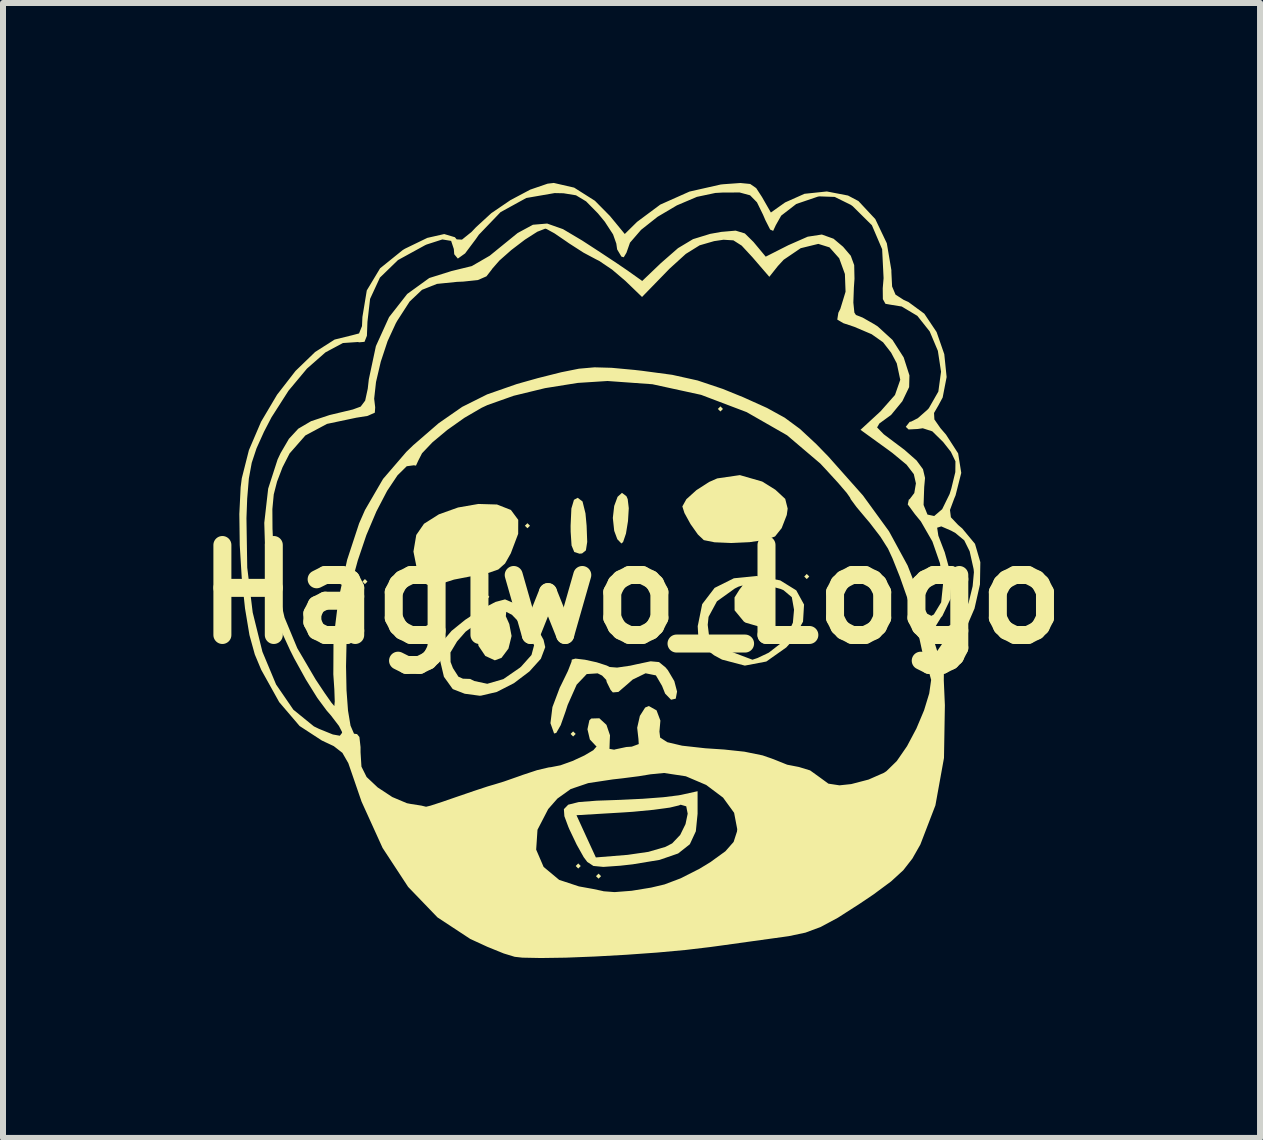
<source format=kicad_pcb>
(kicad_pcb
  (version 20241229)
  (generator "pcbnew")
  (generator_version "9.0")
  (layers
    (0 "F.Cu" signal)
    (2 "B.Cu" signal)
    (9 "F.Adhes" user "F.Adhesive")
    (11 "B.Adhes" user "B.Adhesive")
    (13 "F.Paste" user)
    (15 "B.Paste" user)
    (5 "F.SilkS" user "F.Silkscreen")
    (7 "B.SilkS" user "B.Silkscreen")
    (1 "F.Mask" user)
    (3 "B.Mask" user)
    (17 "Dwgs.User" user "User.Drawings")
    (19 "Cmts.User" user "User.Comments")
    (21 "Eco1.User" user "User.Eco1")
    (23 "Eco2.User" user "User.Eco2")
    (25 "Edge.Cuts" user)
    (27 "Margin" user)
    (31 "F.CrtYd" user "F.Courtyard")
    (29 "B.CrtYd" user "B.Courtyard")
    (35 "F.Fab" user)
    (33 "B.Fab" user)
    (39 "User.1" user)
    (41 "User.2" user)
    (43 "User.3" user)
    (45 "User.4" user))
  (footprint "Hagiwo_Logo"
    (layer "F.Cu")
    (at 7.479 6.858)
    (property "Reference" "Hagiwo_Logo" (at 0 0 0) (layer "F.SilkS") (effects (font (size 1.5 1.5) (thickness 0.3))))
    (attr board_only exclude_from_pos_files exclude_from_bom)
    (fp_poly (pts (xy -4.403 -0.212) (xy -4.445 -0.169) (xy -4.487 -0.212) (xy -4.445 -0.254)) (stroke (width 0) (type solid)) (fill yes) (layer "F.SilkS"))
    (fp_poly (pts (xy -2.371 0.042) (xy -2.413 0.085) (xy -2.455 0.042) (xy -2.413 0)) (stroke (width 0) (type solid)) (fill yes) (layer "F.SilkS"))
    (fp_poly (pts (xy -1.693 -1.143) (xy -1.736 -1.101) (xy -1.778 -1.143) (xy -1.736 -1.185)) (stroke (width 0) (type solid)) (fill yes) (layer "F.SilkS"))
    (fp_poly (pts (xy -0.931 2.328) (xy -0.974 2.371) (xy -1.016 2.328) (xy -0.974 2.286)) (stroke (width 0) (type solid)) (fill yes) (layer "F.SilkS"))
    (fp_poly (pts (xy -0.847 4.53) (xy -0.889 4.572) (xy -0.931 4.53) (xy -0.889 4.487)) (stroke (width 0) (type solid)) (fill yes) (layer "F.SilkS"))
    (fp_poly (pts (xy -0.508 4.699) (xy -0.55 4.741) (xy -0.593 4.699) (xy -0.55 4.657)) (stroke (width 0) (type solid)) (fill yes) (layer "F.SilkS"))
    (fp_poly (pts (xy 1.524 -3.09) (xy 1.482 -3.048) (xy 1.439 -3.09) (xy 1.482 -3.133)) (stroke (width 0) (type solid)) (fill yes) (layer "F.SilkS"))
    (fp_poly (pts (xy 2.963 -0.296) (xy 2.921 -0.254) (xy 2.879 -0.296) (xy 2.921 -0.339)) (stroke (width 0) (type solid)) (fill yes) (layer "F.SilkS"))
    (fp_poly (pts (xy -0.086 -1.636) (xy -0.064 -1.587) (xy -0.046 -1.435) (xy -0.059 -1.221) (xy -0.093 -1.012) (xy -0.141 -0.871) (xy -0.169 -0.847) (xy -0.237 -0.918) (xy -0.289 -1.058) (xy -0.312 -1.273) (xy -0.289 -1.473) (xy -0.233 -1.625) (xy -0.16 -1.691)) (stroke (width 0) (type solid)) (fill yes) (layer "F.SilkS"))
    (fp_poly (pts (xy -0.817 -1.547) (xy -0.768 -1.349) (xy -0.749 -1.143) (xy -0.739 -0.873) (xy -0.761 -0.732) (xy -0.825 -0.681) (xy -0.868 -0.677) (xy -0.955 -0.705) (xy -1 -0.814) (xy -1.015 -1.042) (xy -1.016 -1.143) (xy -1.003 -1.43) (xy -0.96 -1.575) (xy -0.897 -1.609)) (stroke (width 0) (type solid)) (fill yes) (layer "F.SilkS"))
    (fp_poly (pts (xy 2.178 -1.88) (xy 2.398 -1.743) (xy 2.562 -1.591) (xy 2.603 -1.429) (xy 2.588 -1.322) (xy 2.503 -1.103) (xy 2.392 -0.964) (xy 2.231 -0.907) (xy 1.966 -0.869) (xy 1.662 -0.855) (xy 1.383 -0.867) (xy 1.205 -0.903) (xy 1.106 -0.997) (xy 0.983 -1.171) (xy 0.882 -1.355) (xy 0.847 -1.465) (xy 0.914 -1.585) (xy 1.081 -1.736) (xy 1.292 -1.872) (xy 1.428 -1.932) (xy 1.806 -1.987)) (stroke (width 0) (type solid)) (fill yes) (layer "F.SilkS"))
    (fp_poly (pts (xy -2.243 -1.497) (xy -2.011 -1.406) (xy -1.889 -1.241) (xy -1.89 -1.008) (xy -2.013 -0.683) (xy -2.016 -0.677) (xy -2.109 -0.513) (xy -2.222 -0.413) (xy -2.404 -0.35) (xy -2.697 -0.296) (xy -2.96 -0.245) (xy -3.129 -0.191) (xy -3.169 -0.148) (xy -3.123 -0.087) (xy -3.191 -0.115) (xy -3.348 -0.22) (xy -3.408 -0.264) (xy -3.586 -0.461) (xy -3.636 -0.712) (xy -3.589 -0.989) (xy -3.46 -1.176) (xy -3.212 -1.333) (xy -2.893 -1.447) (xy -2.554 -1.506)) (stroke (width 0) (type solid)) (fill yes) (layer "F.SilkS"))
    (fp_poly (pts (xy -0.776 1.091) (xy -0.58 1.134) (xy -0.413 1.188) (xy -0.365 1.212) (xy -0.241 1.222) (xy -0.021 1.19) (xy 0.082 1.167) (xy 0.318 1.117) (xy 0.458 1.13) (xy 0.566 1.218) (xy 0.606 1.266) (xy 0.713 1.447) (xy 0.759 1.622) (xy 0.737 1.74) (xy 0.659 1.758) (xy 0.56 1.656) (xy 0.508 1.526) (xy 0.406 1.352) (xy 0.234 1.317) (xy 0.02 1.421) (xy -0.064 1.495) (xy -0.219 1.628) (xy -0.312 1.636) (xy -0.349 1.595) (xy -0.414 1.463) (xy -0.422 1.427) (xy -0.491 1.355) (xy -0.565 1.318) (xy -0.747 1.33) (xy -0.915 1.507) (xy -1.065 1.845) (xy -1.101 1.956) (xy -1.181 2.182) (xy -1.255 2.311) (xy -1.291 2.321) (xy -1.352 2.149) (xy -1.319 1.881) (xy -1.197 1.557) (xy -1.168 1.499) (xy -1.061 1.279) (xy -1.001 1.125) (xy -0.996 1.089) (xy -0.935 1.072)) (stroke (width 0) (type solid)) (fill yes) (layer "F.SilkS"))
    (fp_poly (pts (xy 1.101 3.659) (xy 1.072 3.951) (xy 0.972 4.167) (xy 0.777 4.321) (xy 0.467 4.428) (xy 0.018 4.502) (xy -0.188 4.525) (xy -0.47 4.545) (xy -0.636 4.529) (xy -0.738 4.462) (xy -0.798 4.382) (xy -0.914 4.175) (xy -1.038 3.915) (xy -1.056 3.872) (xy -1.12 3.699) (xy -1.121 3.683) (xy -0.918 3.683) (xy -0.757 4.035) (xy -0.595 4.387) (xy -0.065 4.344) (xy 0.281 4.294) (xy 0.565 4.211) (xy 0.677 4.153) (xy 0.811 4.012) (xy 0.9 3.831) (xy 0.936 3.658) (xy 0.912 3.535) (xy 0.819 3.508) (xy 0.789 3.52) (xy 0.639 3.556) (xy 0.367 3.593) (xy 0.022 3.626) (xy -0.142 3.637) (xy -0.918 3.683) (xy -1.121 3.683) (xy -1.128 3.582) (xy -1.056 3.508) (xy -0.881 3.464) (xy -0.581 3.441) (xy -0.185 3.427) (xy 0.189 3.409) (xy 0.531 3.383) (xy 0.781 3.352) (xy 0.826 3.344) (xy 1.101 3.283)) (stroke (width 0) (type solid)) (fill yes) (layer "F.SilkS"))
    (fp_poly (pts (xy 2.478 -0.232) (xy 2.746 -0.066) (xy 2.876 0.171) (xy 2.859 0.456) (xy 2.686 0.768) (xy 2.58 0.886) (xy 2.247 1.121) (xy 1.889 1.189) (xy 1.509 1.089) (xy 1.376 1.017) (xy 1.187 0.873) (xy 1.113 0.703) (xy 1.103 0.53) (xy 1.108 0.509) (xy 1.27 0.509) (xy 1.292 0.69) (xy 1.383 0.815) (xy 1.581 0.923) (xy 1.736 0.985) (xy 1.918 1.054) (xy 2.014 1.09) (xy 2.015 1.091) (xy 2.099 1.063) (xy 2.27 0.982) (xy 2.288 0.973) (xy 2.559 0.763) (xy 2.69 0.473) (xy 2.709 0.257) (xy 2.672 0.048) (xy 2.533 -0.069) (xy 2.486 -0.089) (xy 2.287 -0.143) (xy 2.219 -0.096) (xy 2.273 0.059) (xy 2.279 0.071) (xy 2.336 0.299) (xy 2.268 0.465) (xy 2.111 0.534) (xy 1.901 0.473) (xy 1.872 0.454) (xy 1.718 0.267) (xy 1.717 0.053) (xy 1.799 -0.078) (xy 1.853 -0.148) (xy 1.783 -0.127) (xy 1.721 -0.096) (xy 1.424 0.117) (xy 1.284 0.376) (xy 1.27 0.509) (xy 1.108 0.509) (xy 1.178 0.164) (xy 1.385 -0.107) (xy 1.706 -0.267) (xy 2.082 -0.305)) (stroke (width 0) (type solid)) (fill yes) (layer "F.SilkS"))
    (fp_poly (pts (xy -1.951 0.152) (xy -1.762 0.322) (xy -1.586 0.541) (xy -1.467 0.759) (xy -1.439 0.881) (xy -1.512 1.075) (xy -1.702 1.286) (xy -1.961 1.482) (xy -2.246 1.628) (xy -2.51 1.69) (xy -2.533 1.691) (xy -2.781 1.658) (xy -2.974 1.583) (xy -2.984 1.576) (xy -3.128 1.375) (xy -3.193 1.1) (xy -3.178 0.97) (xy -3.019 0.97) (xy -3.017 1.129) (xy -2.978 1.23) (xy -2.886 1.374) (xy -2.811 1.407) (xy -2.691 1.411) (xy -2.621 1.446) (xy -2.405 1.492) (xy -2.137 1.414) (xy -1.863 1.225) (xy -1.841 1.206) (xy -1.668 1.012) (xy -1.625 0.85) (xy -1.711 0.664) (xy -1.831 0.511) (xy -1.995 0.341) (xy -2.089 0.293) (xy -2.096 0.366) (xy -2.038 0.496) (xy -2 0.695) (xy -2.052 0.905) (xy -2.168 1.06) (xy -2.279 1.101) (xy -2.438 1.028) (xy -2.552 0.859) (xy -2.578 0.667) (xy -2.567 0.627) (xy -2.559 0.523) (xy -2.635 0.527) (xy -2.766 0.623) (xy -2.909 0.786) (xy -3.019 0.97) (xy -3.178 0.97) (xy -3.162 0.83) (xy -3.135 0.767) (xy -3 0.609) (xy -2.774 0.426) (xy -2.511 0.253) (xy -2.267 0.127) (xy -2.109 0.085)) (stroke (width 0) (type solid)) (fill yes) (layer "F.SilkS"))
    (fp_poly (pts (xy -0.957 -6.78) (xy -0.611 -6.561) (xy -0.36 -6.307) (xy -0.113 -6.007) (xy 0.092 -6.209) (xy 0.479 -6.497) (xy 0.966 -6.714) (xy 1.487 -6.832) (xy 1.536 -6.837) (xy 1.815 -6.857) (xy 1.978 -6.841) (xy 2.078 -6.772) (xy 2.17 -6.631) (xy 2.175 -6.623) (xy 2.323 -6.365) (xy 2.56 -6.533) (xy 2.883 -6.677) (xy 3.256 -6.716) (xy 3.609 -6.648) (xy 3.783 -6.556) (xy 4.064 -6.255) (xy 4.256 -5.852) (xy 4.332 -5.404) (xy 4.332 -5.374) (xy 4.344 -5.132) (xy 4.401 -4.996) (xy 4.541 -4.906) (xy 4.616 -4.873) (xy 4.881 -4.678) (xy 5.086 -4.372) (xy 5.214 -4.003) (xy 5.253 -3.622) (xy 5.187 -3.281) (xy 5.116 -3.149) (xy 5.043 -3.023) (xy 5.049 -2.915) (xy 5.15 -2.77) (xy 5.243 -2.662) (xy 5.445 -2.349) (xy 5.497 -2.024) (xy 5.402 -1.649) (xy 5.38 -1.597) (xy 5.309 -1.406) (xy 5.324 -1.284) (xy 5.446 -1.155) (xy 5.513 -1.098) (xy 5.726 -0.841) (xy 5.815 -0.536) (xy 5.809 -0.165) (xy 5.718 0.237) (xy 5.561 0.601) (xy 5.382 0.841) (xy 5.29 0.938) (xy 5.234 1.044) (xy 5.208 1.198) (xy 5.206 1.439) (xy 5.222 1.806) (xy 5.224 1.848) (xy 5.209 2.729) (xy 5.066 3.519) (xy 4.815 4.172) (xy 4.682 4.406) (xy 4.531 4.6) (xy 4.327 4.787) (xy 4.034 5.004) (xy 3.81 5.155) (xy 3.441 5.392) (xy 3.154 5.546) (xy 2.899 5.641) (xy 2.623 5.699) (xy 2.54 5.711) (xy 2.287 5.746) (xy 1.926 5.796) (xy 1.517 5.853) (xy 1.312 5.881) (xy 0.907 5.929) (xy 0.427 5.973) (xy -0.091 6.01) (xy -0.611 6.039) (xy -1.096 6.058) (xy -1.511 6.064) (xy -1.818 6.058) (xy -1.947 6.044) (xy -2.131 5.988) (xy -2.404 5.877) (xy -2.689 5.746) (xy -3.235 5.387) (xy -3.725 4.878) (xy -4.132 4.257) (xy -1.59 4.257) (xy -1.466 4.545) (xy -1.207 4.761) (xy -0.877 4.87) (xy -0.645 4.912) (xy -0.484 4.946) (xy -0.466 4.951) (xy -0.283 4.965) (xy 0.001 4.943) (xy 0.326 4.89) (xy 0.55 4.837) (xy 0.817 4.736) (xy 1.131 4.577) (xy 1.312 4.467) (xy 1.565 4.284) (xy 1.702 4.128) (xy 1.758 3.955) (xy 1.762 3.916) (xy 1.71 3.643) (xy 1.526 3.39) (xy 1.245 3.179) (xy 0.905 3.034) (xy 0.541 2.979) (xy 0.316 3.001) (xy 0.122 3.033) (xy -0.159 3.069) (xy -0.311 3.086) (xy -0.722 3.148) (xy -1.014 3.247) (xy -1.235 3.405) (xy -1.389 3.58) (xy -1.568 3.926) (xy -1.59 4.257) (xy -4.132 4.257) (xy -4.15 4.23) (xy -4.501 3.457) (xy -4.624 3.099) (xy -4.722 2.815) (xy -4.821 2.643) (xy -4.965 2.531) (xy -5.163 2.438) (xy -5.534 2.196) (xy -5.874 1.798) (xy -6.174 1.259) (xy -6.281 1.003) (xy -6.37 0.68) (xy -6.444 0.236) (xy -6.499 -0.28) (xy -6.532 -0.821) (xy -6.538 -1.268) (xy -6.42 -1.268) (xy -6.407 -0.445) (xy -6.316 0.303) (xy -6.154 0.958) (xy -5.926 1.504) (xy -5.638 1.924) (xy -5.296 2.202) (xy -5.214 2.242) (xy -4.98 2.337) (xy -4.863 2.358) (xy -4.827 2.311) (xy -4.826 2.297) (xy -4.878 2.195) (xy -5.01 2.022) (xy -5.083 1.938) (xy -5.238 1.729) (xy -5.429 1.422) (xy -5.624 1.069) (xy -5.691 0.936) (xy -5.875 0.536) (xy -5.992 0.205) (xy -6.061 -0.131) (xy -6.102 -0.503) (xy -6.123 -1.191) (xy -6.097 -1.42) (xy -5.988 -1.42) (xy -5.986 -1.095) (xy -5.973 -0.799) (xy -5.912 -0.156) (xy -5.785 0.388) (xy -5.573 0.898) (xy -5.268 1.418) (xy -5.114 1.649) (xy -5.001 1.81) (xy -4.955 1.863) (xy -4.948 1.786) (xy -4.955 1.585) (xy -4.972 1.333) (xy -4.971 1.201) (xy -4.76 1.201) (xy -4.752 1.599) (xy -4.727 1.939) (xy -4.685 2.19) (xy -4.627 2.324) (xy -4.576 2.331) (xy -4.537 2.379) (xy -4.518 2.548) (xy -4.518 2.633) (xy -4.503 2.873) (xy -4.417 3.046) (xy -4.232 3.22) (xy -3.989 3.38) (xy -3.745 3.483) (xy -3.683 3.495) (xy -3.504 3.523) (xy -3.426 3.542) (xy -3.426 3.542) (xy -3.352 3.524) (xy -3.161 3.462) (xy -2.918 3.378) (xy -2.632 3.28) (xy -2.399 3.203) (xy -2.286 3.17) (xy -2.129 3.122) (xy -1.895 3.04) (xy -1.82 3.013) (xy -1.575 2.932) (xy -1.38 2.886) (xy -1.343 2.882) (xy -1.185 2.851) (xy -0.984 2.779) (xy -0.786 2.687) (xy -0.637 2.599) (xy -0.583 2.537) (xy -0.598 2.524) (xy -0.695 2.42) (xy -0.735 2.25) (xy -0.703 2.101) (xy -0.672 2.071) (xy -0.537 2.067) (xy -0.418 2.177) (xy -0.359 2.351) (xy -0.363 2.434) (xy -0.368 2.577) (xy -0.288 2.591) (xy -0.279 2.587) (xy -0.087 2.546) (xy 0.004 2.54) (xy 0.12 2.497) (xy 0.115 2.413) (xy 0.094 2.225) (xy 0.139 2.027) (xy 0.227 1.888) (xy 0.289 1.863) (xy 0.417 1.935) (xy 0.481 2.106) (xy 0.465 2.288) (xy 0.477 2.389) (xy 0.597 2.466) (xy 0.843 2.524) (xy 1.23 2.567) (xy 1.545 2.588) (xy 1.882 2.624) (xy 2.186 2.686) (xy 2.366 2.749) (xy 2.595 2.841) (xy 2.79 2.879) (xy 2.977 2.936) (xy 3.134 3.049) (xy 3.282 3.157) (xy 3.467 3.185) (xy 3.663 3.164) (xy 3.951 3.089) (xy 4.208 2.976) (xy 4.249 2.949) (xy 4.422 2.78) (xy 4.593 2.532) (xy 4.749 2.238) (xy 4.877 1.934) (xy 4.963 1.652) (xy 4.995 1.427) (xy 4.958 1.293) (xy 4.902 1.27) (xy 4.847 1.208) (xy 4.862 1.13) (xy 4.856 0.998) (xy 4.802 0.749) (xy 4.76 0.597) (xy 5.03 0.597) (xy 5.038 0.762) (xy 5.096 0.946) (xy 5.231 0.748) (xy 5.356 0.585) (xy 5.441 0.5) (xy 5.534 0.366) (xy 5.622 0.131) (xy 5.687 -0.136) (xy 5.708 -0.368) (xy 5.703 -0.42) (xy 5.637 -0.717) (xy 5.547 -0.899) (xy 5.399 -1.022) (xy 5.328 -1.061) (xy 5.164 -1.132) (xy 5.095 -1.11) (xy 5.115 -0.977) (xy 5.217 -0.711) (xy 5.219 -0.709) (xy 5.333 -0.297) (xy 5.32 0.072) (xy 5.181 0.362) (xy 5.159 0.387) (xy 5.03 0.597) (xy 4.76 0.597) (xy 4.711 0.423) (xy 4.598 0.063) (xy 4.473 -0.292) (xy 4.35 -0.6) (xy 4.275 -0.762) (xy 4.15 -0.959) (xy 3.969 -1.195) (xy 3.905 -1.27) (xy 3.75 -1.455) (xy 3.655 -1.584) (xy 3.642 -1.613) (xy 3.587 -1.691) (xy 3.442 -1.86) (xy 3.233 -2.088) (xy 3.147 -2.18) (xy 2.593 -2.651) (xy 1.919 -3.037) (xy 1.16 -3.325) (xy 0.348 -3.502) (xy -0.401 -3.556) (xy -0.898 -3.524) (xy -1.441 -3.437) (xy -1.964 -3.31) (xy -2.402 -3.155) (xy -2.498 -3.11) (xy -2.785 -2.943) (xy -3.072 -2.74) (xy -3.32 -2.533) (xy -3.493 -2.351) (xy -3.556 -2.228) (xy -3.594 -2.145) (xy -3.628 -2.151) (xy -3.748 -2.135) (xy -3.902 -1.983) (xy -4.075 -1.724) (xy -4.253 -1.383) (xy -4.421 -0.987) (xy -4.564 -0.564) (xy -4.614 -0.381) (xy -4.678 -0.046) (xy -4.724 0.349) (xy -4.751 0.774) (xy -4.76 1.201) (xy -4.971 1.201) (xy -4.969 0.75) (xy -4.888 0.091) (xy -4.741 -0.576) (xy -4.542 -1.182) (xy -4.444 -1.405) (xy -4.143 -1.923) (xy -3.754 -2.375) (xy -3.64 -2.485) (xy -3.216 -2.852) (xy -2.823 -3.125) (xy -2.407 -3.333) (xy -1.911 -3.506) (xy -1.562 -3.604) (xy -1.172 -3.702) (xy -0.878 -3.761) (xy -0.618 -3.784) (xy -0.331 -3.776) (xy 0.045 -3.741) (xy 0.169 -3.727) (xy 0.678 -3.659) (xy 1.101 -3.565) (xy 1.521 -3.424) (xy 1.863 -3.285) (xy 2.258 -3.107) (xy 2.554 -2.944) (xy 2.809 -2.756) (xy 3.08 -2.504) (xy 3.283 -2.295) (xy 3.857 -1.649) (xy 4.292 -1.051) (xy 4.603 -0.479) (xy 4.744 -0.118) (xy 4.849 0.174) (xy 4.929 0.324) (xy 4.999 0.359) (xy 5.04 0.336) (xy 5.162 0.134) (xy 5.193 -0.165) (xy 5.142 -0.517) (xy 5.016 -0.88) (xy 4.824 -1.214) (xy 4.724 -1.336) (xy 4.605 -1.498) (xy 4.623 -1.58) (xy 4.636 -1.585) (xy 4.714 -1.688) (xy 4.741 -1.849) (xy 4.706 -2.003) (xy 4.585 -2.161) (xy 4.348 -2.357) (xy 4.279 -2.408) (xy 3.817 -2.742) (xy 4.152 -3.051) (xy 4.392 -3.323) (xy 4.48 -3.576) (xy 4.422 -3.85) (xy 4.328 -4.028) (xy 4.193 -4.202) (xy 4.003 -4.336) (xy 3.714 -4.459) (xy 3.531 -4.52) (xy 3.43 -4.58) (xy 3.448 -4.694) (xy 3.481 -4.759) (xy 3.568 -5.044) (xy 3.557 -5.34) (xy 3.462 -5.602) (xy 3.3 -5.784) (xy 3.114 -5.842) (xy 2.82 -5.77) (xy 2.537 -5.578) (xy 2.44 -5.473) (xy 2.297 -5.293) (xy 2.014 -5.621) (xy 1.836 -5.813) (xy 1.698 -5.901) (xy 1.533 -5.911) (xy 1.377 -5.888) (xy 1.135 -5.818) (xy 0.905 -5.675) (xy 0.634 -5.429) (xy 0.599 -5.393) (xy 0.175 -4.957) (xy -0.103 -5.225) (xy -0.324 -5.413) (xy -0.539 -5.558) (xy -0.593 -5.585) (xy -0.801 -5.696) (xy -1.045 -5.853) (xy -1.092 -5.886) (xy -1.284 -6.017) (xy -1.417 -6.09) (xy -1.439 -6.096) (xy -1.572 -6.044) (xy -1.778 -5.912) (xy -2.005 -5.739) (xy -2.204 -5.563) (xy -2.326 -5.423) (xy -2.33 -5.415) (xy -2.419 -5.301) (xy -2.561 -5.239) (xy -2.808 -5.213) (xy -2.908 -5.209) (xy -3.244 -5.175) (xy -3.493 -5.076) (xy -3.699 -4.881) (xy -3.907 -4.559) (xy -3.931 -4.516) (xy -4.067 -4.221) (xy -4.181 -3.877) (xy -4.26 -3.54) (xy -4.291 -3.261) (xy -4.274 -3.117) (xy -4.28 -3.028) (xy -4.401 -2.974) (xy -4.589 -2.944) (xy -5.077 -2.841) (xy -5.438 -2.648) (xy -5.701 -2.348) (xy -5.819 -2.117) (xy -5.91 -1.879) (xy -5.965 -1.665) (xy -5.988 -1.42) (xy -6.097 -1.42) (xy -6.058 -1.762) (xy -5.901 -2.248) (xy -5.851 -2.354) (xy -5.712 -2.592) (xy -5.556 -2.761) (xy -5.343 -2.886) (xy -5.036 -2.988) (xy -4.647 -3.081) (xy -4.516 -3.129) (xy -4.441 -3.229) (xy -4.398 -3.427) (xy -4.38 -3.585) (xy -4.262 -4.138) (xy -4.043 -4.62) (xy -3.74 -5.007) (xy -3.372 -5.273) (xy -3.002 -5.389) (xy -2.663 -5.472) (xy -2.364 -5.645) (xy -2.218 -5.764) (xy -1.898 -6.024) (xy -1.644 -6.161) (xy -1.407 -6.181) (xy -1.143 -6.088) (xy -0.823 -5.898) (xy -0.523 -5.703) (xy -0.248 -5.521) (xy -0.057 -5.391) (xy -0.049 -5.385) (xy 0.178 -5.224) (xy 0.491 -5.523) (xy 0.775 -5.771) (xy 1.025 -5.921) (xy 1.311 -6.009) (xy 1.496 -6.042) (xy 1.736 -6.063) (xy 1.889 -6.016) (xy 2.032 -5.875) (xy 2.043 -5.862) (xy 2.237 -5.629) (xy 2.614 -5.82) (xy 2.937 -5.962) (xy 3.173 -5.998) (xy 3.368 -5.928) (xy 3.527 -5.794) (xy 3.655 -5.644) (xy 3.712 -5.488) (xy 3.717 -5.259) (xy 3.707 -5.116) (xy 3.698 -4.864) (xy 3.715 -4.697) (xy 3.741 -4.657) (xy 3.851 -4.614) (xy 4.039 -4.507) (xy 4.104 -4.466) (xy 4.351 -4.24) (xy 4.537 -3.949) (xy 4.633 -3.65) (xy 4.628 -3.454) (xy 4.515 -3.219) (xy 4.327 -2.99) (xy 4.132 -2.848) (xy 4.094 -2.782) (xy 4.205 -2.668) (xy 4.23 -2.649) (xy 4.55 -2.409) (xy 4.752 -2.231) (xy 4.859 -2.085) (xy 4.893 -1.94) (xy 4.879 -1.785) (xy 4.869 -1.489) (xy 4.934 -1.329) (xy 5.046 -1.305) (xy 5.179 -1.419) (xy 5.303 -1.672) (xy 5.332 -1.766) (xy 5.398 -2.037) (xy 5.4 -2.217) (xy 5.324 -2.375) (xy 5.194 -2.54) (xy 5.014 -2.717) (xy 4.855 -2.768) (xy 4.771 -2.756) (xy 4.619 -2.748) (xy 4.572 -2.792) (xy 4.637 -2.875) (xy 4.661 -2.879) (xy 4.773 -2.936) (xy 4.932 -3.076) (xy 4.957 -3.103) (xy 5.115 -3.38) (xy 5.16 -3.711) (xy 5.107 -4.059) (xy 4.971 -4.382) (xy 4.765 -4.642) (xy 4.504 -4.798) (xy 4.33 -4.826) (xy 4.233 -4.843) (xy 4.19 -4.921) (xy 4.188 -5.102) (xy 4.202 -5.271) (xy 4.178 -5.753) (xy 4.007 -6.153) (xy 3.687 -6.47) (xy 3.655 -6.493) (xy 3.387 -6.625) (xy 3.13 -6.634) (xy 3.104 -6.629) (xy 2.746 -6.507) (xy 2.495 -6.313) (xy 2.404 -6.152) (xy 2.361 -6.059) (xy 2.311 -6.081) (xy 2.232 -6.236) (xy 2.192 -6.329) (xy 2.091 -6.535) (xy 1.976 -6.652) (xy 1.802 -6.699) (xy 1.521 -6.698) (xy 1.397 -6.691) (xy 1.09 -6.626) (xy 0.756 -6.484) (xy 0.433 -6.293) (xy 0.159 -6.076) (xy -0.026 -5.862) (xy -0.085 -5.694) (xy -0.13 -5.619) (xy -0.169 -5.63) (xy -0.24 -5.75) (xy -0.254 -5.847) (xy -0.308 -6) (xy -0.447 -6.213) (xy -0.56 -6.35) (xy -0.758 -6.551) (xy -0.926 -6.652) (xy -1.135 -6.686) (xy -1.282 -6.689) (xy -1.755 -6.607) (xy -2.184 -6.371) (xy -2.546 -5.994) (xy -2.593 -5.926) (xy -2.775 -5.683) (xy -2.896 -5.597) (xy -2.956 -5.669) (xy -2.963 -5.757) (xy -3.008 -5.892) (xy -3.154 -5.916) (xy -3.415 -5.832) (xy -3.44 -5.821) (xy -3.894 -5.572) (xy -4.195 -5.28) (xy -4.359 -4.925) (xy -4.403 -4.542) (xy -4.412 -4.31) (xy -4.452 -4.209) (xy -4.54 -4.201) (xy -4.562 -4.206) (xy -4.812 -4.189) (xy -5.102 -4.034) (xy -5.411 -3.763) (xy -5.719 -3.394) (xy -6.003 -2.95) (xy -6.128 -2.709) (xy -6.252 -2.434) (xy -6.332 -2.193) (xy -6.38 -1.931) (xy -6.408 -1.594) (xy -6.42 -1.268) (xy -6.538 -1.268) (xy -6.539 -1.338) (xy -6.517 -1.784) (xy -6.498 -1.934) (xy -6.379 -2.404) (xy -6.176 -2.878) (xy -5.91 -3.327) (xy -5.602 -3.724) (xy -5.275 -4.04) (xy -4.95 -4.247) (xy -4.661 -4.318) (xy -4.543 -4.349) (xy -4.494 -4.471) (xy -4.487 -4.623) (xy -4.414 -5.066) (xy -4.192 -5.435) (xy -3.815 -5.739) (xy -3.777 -5.762) (xy -3.405 -5.942) (xy -3.123 -6.006) (xy -2.945 -5.953) (xy -2.915 -5.917) (xy -2.827 -5.913) (xy -2.667 -6.042) (xy -2.593 -6.12) (xy -2.338 -6.354) (xy -2.018 -6.572) (xy -1.688 -6.747) (xy -1.399 -6.846) (xy -1.296 -6.858)) (stroke (width 0) (type solid)) (fill yes) (layer "F.SilkS")))
  (gr_rect
    (start -3 -3)
    (end 17.957 15.922)
    (stroke (width 0.1) (type default))
    (fill no)
    (layer "Edge.Cuts")))
</source>
